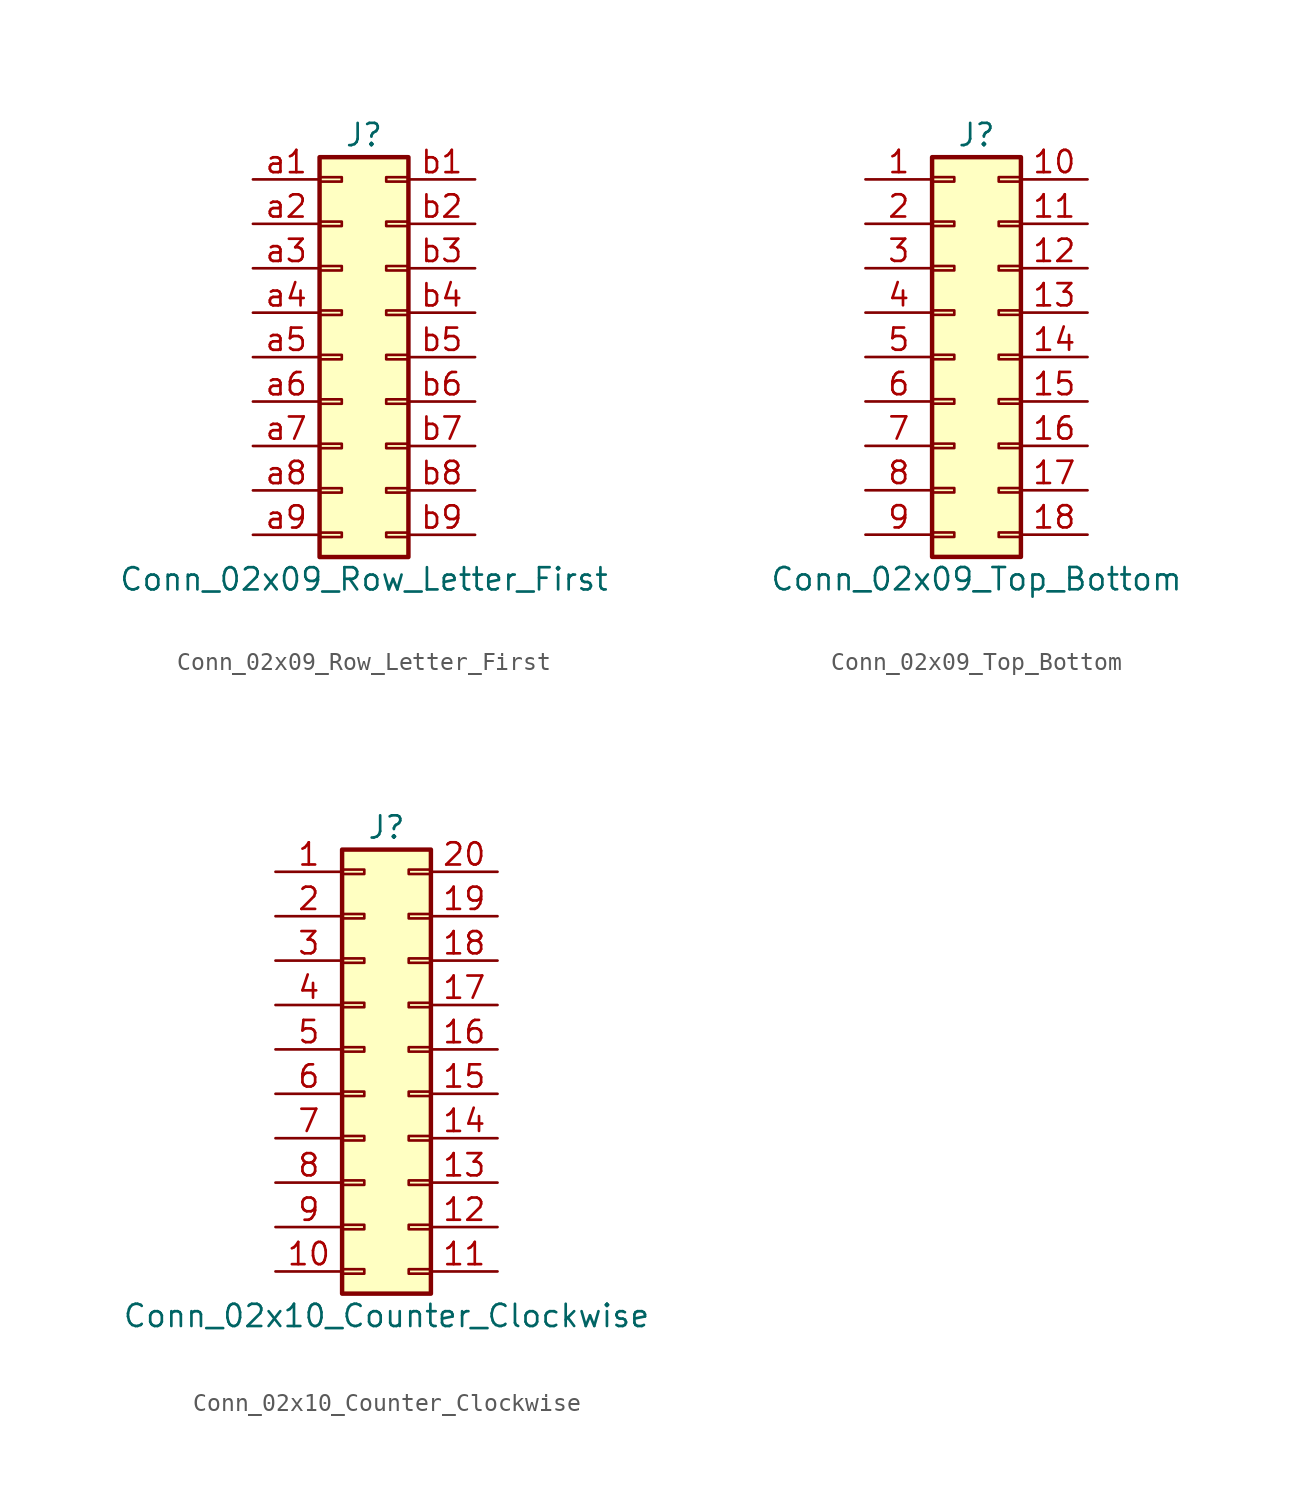
<source format=kicad_sym>
(kicad_symbol_lib
  (version 20201005)
  (generator kicad_symbol_editor)
  (symbol "Conn_02x09_Row_Letter_First"
    (pin_names
      (offset 1.016) hide)
    (property "Reference" "J"
      (at 1.27 12.7 0)
      (effects (font (size 1.27 1.27))))
    (property "Value" "Conn_02x09_Row_Letter_First"
      (at 1.27 -12.7 0)
      (effects (font (size 1.27 1.27))))
    (symbol "Conn_02x09_Row_Letter_First_1_1"
      (rectangle (start -1.27 -10.033) (end 0 -10.287) (stroke (width 0.152)) (fill (type none)))
      (rectangle (start -1.27 -7.493) (end 0 -7.747) (stroke (width 0.152)) (fill (type none)))
      (rectangle (start -1.27 -4.953) (end 0 -5.207) (stroke (width 0.152)) (fill (type none)))
      (rectangle (start -1.27 -2.413) (end 0 -2.667) (stroke (width 0.152)) (fill (type none)))
      (rectangle (start -1.27 0.127) (end 0 -0.127) (stroke (width 0.152)) (fill (type none)))
      (rectangle (start -1.27 2.667) (end 0 2.413) (stroke (width 0.152)) (fill (type none)))
      (rectangle (start -1.27 5.207) (end 0 4.953) (stroke (width 0.152)) (fill (type none)))
      (rectangle (start -1.27 7.747) (end 0 7.493) (stroke (width 0.152)) (fill (type none)))
      (rectangle (start -1.27 10.287) (end 0 10.033) (stroke (width 0.152)) (fill (type none)))
      (rectangle (start 3.81 -10.033) (end 2.54 -10.287) (stroke (width 0.152)) (fill (type none)))
      (rectangle (start 3.81 -7.493) (end 2.54 -7.747) (stroke (width 0.152)) (fill (type none)))
      (rectangle (start 3.81 -4.953) (end 2.54 -5.207) (stroke (width 0.152)) (fill (type none)))
      (rectangle (start 3.81 -2.413) (end 2.54 -2.667) (stroke (width 0.152)) (fill (type none)))
      (rectangle (start 3.81 0.127) (end 2.54 -0.127) (stroke (width 0.152)) (fill (type none)))
      (rectangle (start 3.81 2.667) (end 2.54 2.413) (stroke (width 0.152)) (fill (type none)))
      (rectangle (start 3.81 5.207) (end 2.54 4.953) (stroke (width 0.152)) (fill (type none)))
      (rectangle (start 3.81 7.747) (end 2.54 7.493) (stroke (width 0.152)) (fill (type none)))
      (rectangle (start 3.81 10.287) (end 2.54 10.033) (stroke (width 0.152)) (fill (type none)))
      (rectangle (start -1.27 11.43) (end 3.81 -11.43) (stroke (width 0.254)) (fill (type background)))
      (pin passive line (at -5.08 10.16 0) (length 3.81) (name "Pin_a1" (effects (font (size 1.27 1.27)))) (number "a1" (effects (font (size 1.27 1.27)))))
      (pin passive line (at -5.08 7.62 0) (length 3.81) (name "Pin_a2" (effects (font (size 1.27 1.27)))) (number "a2" (effects (font (size 1.27 1.27)))))
      (pin passive line (at -5.08 5.08 0) (length 3.81) (name "Pin_a3" (effects (font (size 1.27 1.27)))) (number "a3" (effects (font (size 1.27 1.27)))))
      (pin passive line (at -5.08 2.54 0) (length 3.81) (name "Pin_a4" (effects (font (size 1.27 1.27)))) (number "a4" (effects (font (size 1.27 1.27)))))
      (pin passive line (at -5.08 0 0) (length 3.81) (name "Pin_a5" (effects (font (size 1.27 1.27)))) (number "a5" (effects (font (size 1.27 1.27)))))
      (pin passive line (at -5.08 -2.54 0) (length 3.81) (name "Pin_a6" (effects (font (size 1.27 1.27)))) (number "a6" (effects (font (size 1.27 1.27)))))
      (pin passive line (at -5.08 -5.08 0) (length 3.81) (name "Pin_a7" (effects (font (size 1.27 1.27)))) (number "a7" (effects (font (size 1.27 1.27)))))
      (pin passive line (at -5.08 -7.62 0) (length 3.81) (name "Pin_a8" (effects (font (size 1.27 1.27)))) (number "a8" (effects (font (size 1.27 1.27)))))
      (pin passive line (at -5.08 -10.16 0) (length 3.81) (name "Pin_a9" (effects (font (size 1.27 1.27)))) (number "a9" (effects (font (size 1.27 1.27)))))
      (pin passive line (at 7.62 10.16 180) (length 3.81) (name "Pin_b1" (effects (font (size 1.27 1.27)))) (number "b1" (effects (font (size 1.27 1.27)))))
      (pin passive line (at 7.62 7.62 180) (length 3.81) (name "Pin_b2" (effects (font (size 1.27 1.27)))) (number "b2" (effects (font (size 1.27 1.27)))))
      (pin passive line (at 7.62 5.08 180) (length 3.81) (name "Pin_b3" (effects (font (size 1.27 1.27)))) (number "b3" (effects (font (size 1.27 1.27)))))
      (pin passive line (at 7.62 2.54 180) (length 3.81) (name "Pin_b4" (effects (font (size 1.27 1.27)))) (number "b4" (effects (font (size 1.27 1.27)))))
      (pin passive line (at 7.62 0 180) (length 3.81) (name "Pin_b5" (effects (font (size 1.27 1.27)))) (number "b5" (effects (font (size 1.27 1.27)))))
      (pin passive line (at 7.62 -2.54 180) (length 3.81) (name "Pin_b6" (effects (font (size 1.27 1.27)))) (number "b6" (effects (font (size 1.27 1.27)))))
      (pin passive line (at 7.62 -5.08 180) (length 3.81) (name "Pin_b7" (effects (font (size 1.27 1.27)))) (number "b7" (effects (font (size 1.27 1.27)))))
      (pin passive line (at 7.62 -7.62 180) (length 3.81) (name "Pin_b8" (effects (font (size 1.27 1.27)))) (number "b8" (effects (font (size 1.27 1.27)))))
      (pin passive line (at 7.62 -10.16 180) (length 3.81) (name "Pin_b9" (effects (font (size 1.27 1.27)))) (number "b9" (effects (font (size 1.27 1.27)))))))
  (symbol "Conn_02x09_Top_Bottom"
    (pin_names
      (offset 1.016) hide)
    (property "Reference" "J"
      (at 1.27 12.7 0)
      (effects (font (size 1.27 1.27))))
    (property "Value" "Conn_02x09_Top_Bottom"
      (at 1.27 -12.7 0)
      (effects (font (size 1.27 1.27))))
    (symbol "Conn_02x09_Top_Bottom_1_1"
      (rectangle (start -1.27 -10.033) (end 0 -10.287) (stroke (width 0.152)) (fill (type none)))
      (rectangle (start -1.27 -7.493) (end 0 -7.747) (stroke (width 0.152)) (fill (type none)))
      (rectangle (start -1.27 -4.953) (end 0 -5.207) (stroke (width 0.152)) (fill (type none)))
      (rectangle (start -1.27 -2.413) (end 0 -2.667) (stroke (width 0.152)) (fill (type none)))
      (rectangle (start -1.27 0.127) (end 0 -0.127) (stroke (width 0.152)) (fill (type none)))
      (rectangle (start -1.27 2.667) (end 0 2.413) (stroke (width 0.152)) (fill (type none)))
      (rectangle (start -1.27 5.207) (end 0 4.953) (stroke (width 0.152)) (fill (type none)))
      (rectangle (start -1.27 7.747) (end 0 7.493) (stroke (width 0.152)) (fill (type none)))
      (rectangle (start -1.27 10.287) (end 0 10.033) (stroke (width 0.152)) (fill (type none)))
      (rectangle (start 3.81 -10.033) (end 2.54 -10.287) (stroke (width 0.152)) (fill (type none)))
      (rectangle (start 3.81 -7.493) (end 2.54 -7.747) (stroke (width 0.152)) (fill (type none)))
      (rectangle (start 3.81 -4.953) (end 2.54 -5.207) (stroke (width 0.152)) (fill (type none)))
      (rectangle (start 3.81 -2.413) (end 2.54 -2.667) (stroke (width 0.152)) (fill (type none)))
      (rectangle (start 3.81 0.127) (end 2.54 -0.127) (stroke (width 0.152)) (fill (type none)))
      (rectangle (start 3.81 2.667) (end 2.54 2.413) (stroke (width 0.152)) (fill (type none)))
      (rectangle (start 3.81 5.207) (end 2.54 4.953) (stroke (width 0.152)) (fill (type none)))
      (rectangle (start 3.81 7.747) (end 2.54 7.493) (stroke (width 0.152)) (fill (type none)))
      (rectangle (start 3.81 10.287) (end 2.54 10.033) (stroke (width 0.152)) (fill (type none)))
      (rectangle (start -1.27 11.43) (end 3.81 -11.43) (stroke (width 0.254)) (fill (type background)))
      (pin passive line (at -5.08 10.16 0) (length 3.81) (name "Pin_1" (effects (font (size 1.27 1.27)))) (number "1" (effects (font (size 1.27 1.27)))))
      (pin passive line (at 7.62 10.16 180) (length 3.81) (name "Pin_10" (effects (font (size 1.27 1.27)))) (number "10" (effects (font (size 1.27 1.27)))))
      (pin passive line (at 7.62 7.62 180) (length 3.81) (name "Pin_11" (effects (font (size 1.27 1.27)))) (number "11" (effects (font (size 1.27 1.27)))))
      (pin passive line (at 7.62 5.08 180) (length 3.81) (name "Pin_12" (effects (font (size 1.27 1.27)))) (number "12" (effects (font (size 1.27 1.27)))))
      (pin passive line (at 7.62 2.54 180) (length 3.81) (name "Pin_13" (effects (font (size 1.27 1.27)))) (number "13" (effects (font (size 1.27 1.27)))))
      (pin passive line (at 7.62 0 180) (length 3.81) (name "Pin_14" (effects (font (size 1.27 1.27)))) (number "14" (effects (font (size 1.27 1.27)))))
      (pin passive line (at 7.62 -2.54 180) (length 3.81) (name "Pin_15" (effects (font (size 1.27 1.27)))) (number "15" (effects (font (size 1.27 1.27)))))
      (pin passive line (at 7.62 -5.08 180) (length 3.81) (name "Pin_16" (effects (font (size 1.27 1.27)))) (number "16" (effects (font (size 1.27 1.27)))))
      (pin passive line (at 7.62 -7.62 180) (length 3.81) (name "Pin_17" (effects (font (size 1.27 1.27)))) (number "17" (effects (font (size 1.27 1.27)))))
      (pin passive line (at 7.62 -10.16 180) (length 3.81) (name "Pin_18" (effects (font (size 1.27 1.27)))) (number "18" (effects (font (size 1.27 1.27)))))
      (pin passive line (at -5.08 7.62 0) (length 3.81) (name "Pin_2" (effects (font (size 1.27 1.27)))) (number "2" (effects (font (size 1.27 1.27)))))
      (pin passive line (at -5.08 5.08 0) (length 3.81) (name "Pin_3" (effects (font (size 1.27 1.27)))) (number "3" (effects (font (size 1.27 1.27)))))
      (pin passive line (at -5.08 2.54 0) (length 3.81) (name "Pin_4" (effects (font (size 1.27 1.27)))) (number "4" (effects (font (size 1.27 1.27)))))
      (pin passive line (at -5.08 0 0) (length 3.81) (name "Pin_5" (effects (font (size 1.27 1.27)))) (number "5" (effects (font (size 1.27 1.27)))))
      (pin passive line (at -5.08 -2.54 0) (length 3.81) (name "Pin_6" (effects (font (size 1.27 1.27)))) (number "6" (effects (font (size 1.27 1.27)))))
      (pin passive line (at -5.08 -5.08 0) (length 3.81) (name "Pin_7" (effects (font (size 1.27 1.27)))) (number "7" (effects (font (size 1.27 1.27)))))
      (pin passive line (at -5.08 -7.62 0) (length 3.81) (name "Pin_8" (effects (font (size 1.27 1.27)))) (number "8" (effects (font (size 1.27 1.27)))))
      (pin passive line (at -5.08 -10.16 0) (length 3.81) (name "Pin_9" (effects (font (size 1.27 1.27)))) (number "9" (effects (font (size 1.27 1.27)))))))
  (symbol "Conn_02x10_Counter_Clockwise"
    (pin_names
      (offset 1.016) hide)
    (property "Reference" "J"
      (at 1.27 12.7 0)
      (effects (font (size 1.27 1.27))))
    (property "Value" "Conn_02x10_Counter_Clockwise"
      (at 1.27 -15.24 0)
      (effects (font (size 1.27 1.27))))
    (symbol "Conn_02x10_Counter_Clockwise_1_1"
      (rectangle (start -1.27 -12.573) (end 0 -12.827) (stroke (width 0.152)) (fill (type none)))
      (rectangle (start -1.27 -10.033) (end 0 -10.287) (stroke (width 0.152)) (fill (type none)))
      (rectangle (start -1.27 -7.493) (end 0 -7.747) (stroke (width 0.152)) (fill (type none)))
      (rectangle (start -1.27 -4.953) (end 0 -5.207) (stroke (width 0.152)) (fill (type none)))
      (rectangle (start -1.27 -2.413) (end 0 -2.667) (stroke (width 0.152)) (fill (type none)))
      (rectangle (start -1.27 0.127) (end 0 -0.127) (stroke (width 0.152)) (fill (type none)))
      (rectangle (start -1.27 2.667) (end 0 2.413) (stroke (width 0.152)) (fill (type none)))
      (rectangle (start -1.27 5.207) (end 0 4.953) (stroke (width 0.152)) (fill (type none)))
      (rectangle (start -1.27 7.747) (end 0 7.493) (stroke (width 0.152)) (fill (type none)))
      (rectangle (start -1.27 10.287) (end 0 10.033) (stroke (width 0.152)) (fill (type none)))
      (rectangle (start 3.81 -12.573) (end 2.54 -12.827) (stroke (width 0.152)) (fill (type none)))
      (rectangle (start 3.81 -10.033) (end 2.54 -10.287) (stroke (width 0.152)) (fill (type none)))
      (rectangle (start 3.81 -7.493) (end 2.54 -7.747) (stroke (width 0.152)) (fill (type none)))
      (rectangle (start 3.81 -4.953) (end 2.54 -5.207) (stroke (width 0.152)) (fill (type none)))
      (rectangle (start 3.81 -2.413) (end 2.54 -2.667) (stroke (width 0.152)) (fill (type none)))
      (rectangle (start 3.81 0.127) (end 2.54 -0.127) (stroke (width 0.152)) (fill (type none)))
      (rectangle (start 3.81 2.667) (end 2.54 2.413) (stroke (width 0.152)) (fill (type none)))
      (rectangle (start 3.81 5.207) (end 2.54 4.953) (stroke (width 0.152)) (fill (type none)))
      (rectangle (start 3.81 7.747) (end 2.54 7.493) (stroke (width 0.152)) (fill (type none)))
      (rectangle (start 3.81 10.287) (end 2.54 10.033) (stroke (width 0.152)) (fill (type none)))
      (rectangle (start -1.27 11.43) (end 3.81 -13.97) (stroke (width 0.254)) (fill (type background)))
      (pin passive line (at -5.08 10.16 0) (length 3.81) (name "Pin_1" (effects (font (size 1.27 1.27)))) (number "1" (effects (font (size 1.27 1.27)))))
      (pin passive line (at -5.08 -12.7 0) (length 3.81) (name "Pin_10" (effects (font (size 1.27 1.27)))) (number "10" (effects (font (size 1.27 1.27)))))
      (pin passive line (at 7.62 -12.7 180) (length 3.81) (name "Pin_11" (effects (font (size 1.27 1.27)))) (number "11" (effects (font (size 1.27 1.27)))))
      (pin passive line (at 7.62 -10.16 180) (length 3.81) (name "Pin_12" (effects (font (size 1.27 1.27)))) (number "12" (effects (font (size 1.27 1.27)))))
      (pin passive line (at 7.62 -7.62 180) (length 3.81) (name "Pin_13" (effects (font (size 1.27 1.27)))) (number "13" (effects (font (size 1.27 1.27)))))
      (pin passive line (at 7.62 -5.08 180) (length 3.81) (name "Pin_14" (effects (font (size 1.27 1.27)))) (number "14" (effects (font (size 1.27 1.27)))))
      (pin passive line (at 7.62 -2.54 180) (length 3.81) (name "Pin_15" (effects (font (size 1.27 1.27)))) (number "15" (effects (font (size 1.27 1.27)))))
      (pin passive line (at 7.62 0 180) (length 3.81) (name "Pin_16" (effects (font (size 1.27 1.27)))) (number "16" (effects (font (size 1.27 1.27)))))
      (pin passive line (at 7.62 2.54 180) (length 3.81) (name "Pin_17" (effects (font (size 1.27 1.27)))) (number "17" (effects (font (size 1.27 1.27)))))
      (pin passive line (at 7.62 5.08 180) (length 3.81) (name "Pin_18" (effects (font (size 1.27 1.27)))) (number "18" (effects (font (size 1.27 1.27)))))
      (pin passive line (at 7.62 7.62 180) (length 3.81) (name "Pin_19" (effects (font (size 1.27 1.27)))) (number "19" (effects (font (size 1.27 1.27)))))
      (pin passive line (at -5.08 7.62 0) (length 3.81) (name "Pin_2" (effects (font (size 1.27 1.27)))) (number "2" (effects (font (size 1.27 1.27)))))
      (pin passive line (at 7.62 10.16 180) (length 3.81) (name "Pin_20" (effects (font (size 1.27 1.27)))) (number "20" (effects (font (size 1.27 1.27)))))
      (pin passive line (at -5.08 5.08 0) (length 3.81) (name "Pin_3" (effects (font (size 1.27 1.27)))) (number "3" (effects (font (size 1.27 1.27)))))
      (pin passive line (at -5.08 2.54 0) (length 3.81) (name "Pin_4" (effects (font (size 1.27 1.27)))) (number "4" (effects (font (size 1.27 1.27)))))
      (pin passive line (at -5.08 0 0) (length 3.81) (name "Pin_5" (effects (font (size 1.27 1.27)))) (number "5" (effects (font (size 1.27 1.27)))))
      (pin passive line (at -5.08 -2.54 0) (length 3.81) (name "Pin_6" (effects (font (size 1.27 1.27)))) (number "6" (effects (font (size 1.27 1.27)))))
      (pin passive line (at -5.08 -5.08 0) (length 3.81) (name "Pin_7" (effects (font (size 1.27 1.27)))) (number "7" (effects (font (size 1.27 1.27)))))
      (pin passive line (at -5.08 -7.62 0) (length 3.81) (name "Pin_8" (effects (font (size 1.27 1.27)))) (number "8" (effects (font (size 1.27 1.27)))))
      (pin passive line (at -5.08 -10.16 0) (length 3.81) (name "Pin_9" (effects (font (size 1.27 1.27)))) (number "9" (effects (font (size 1.27 1.27))))))))
</source>
